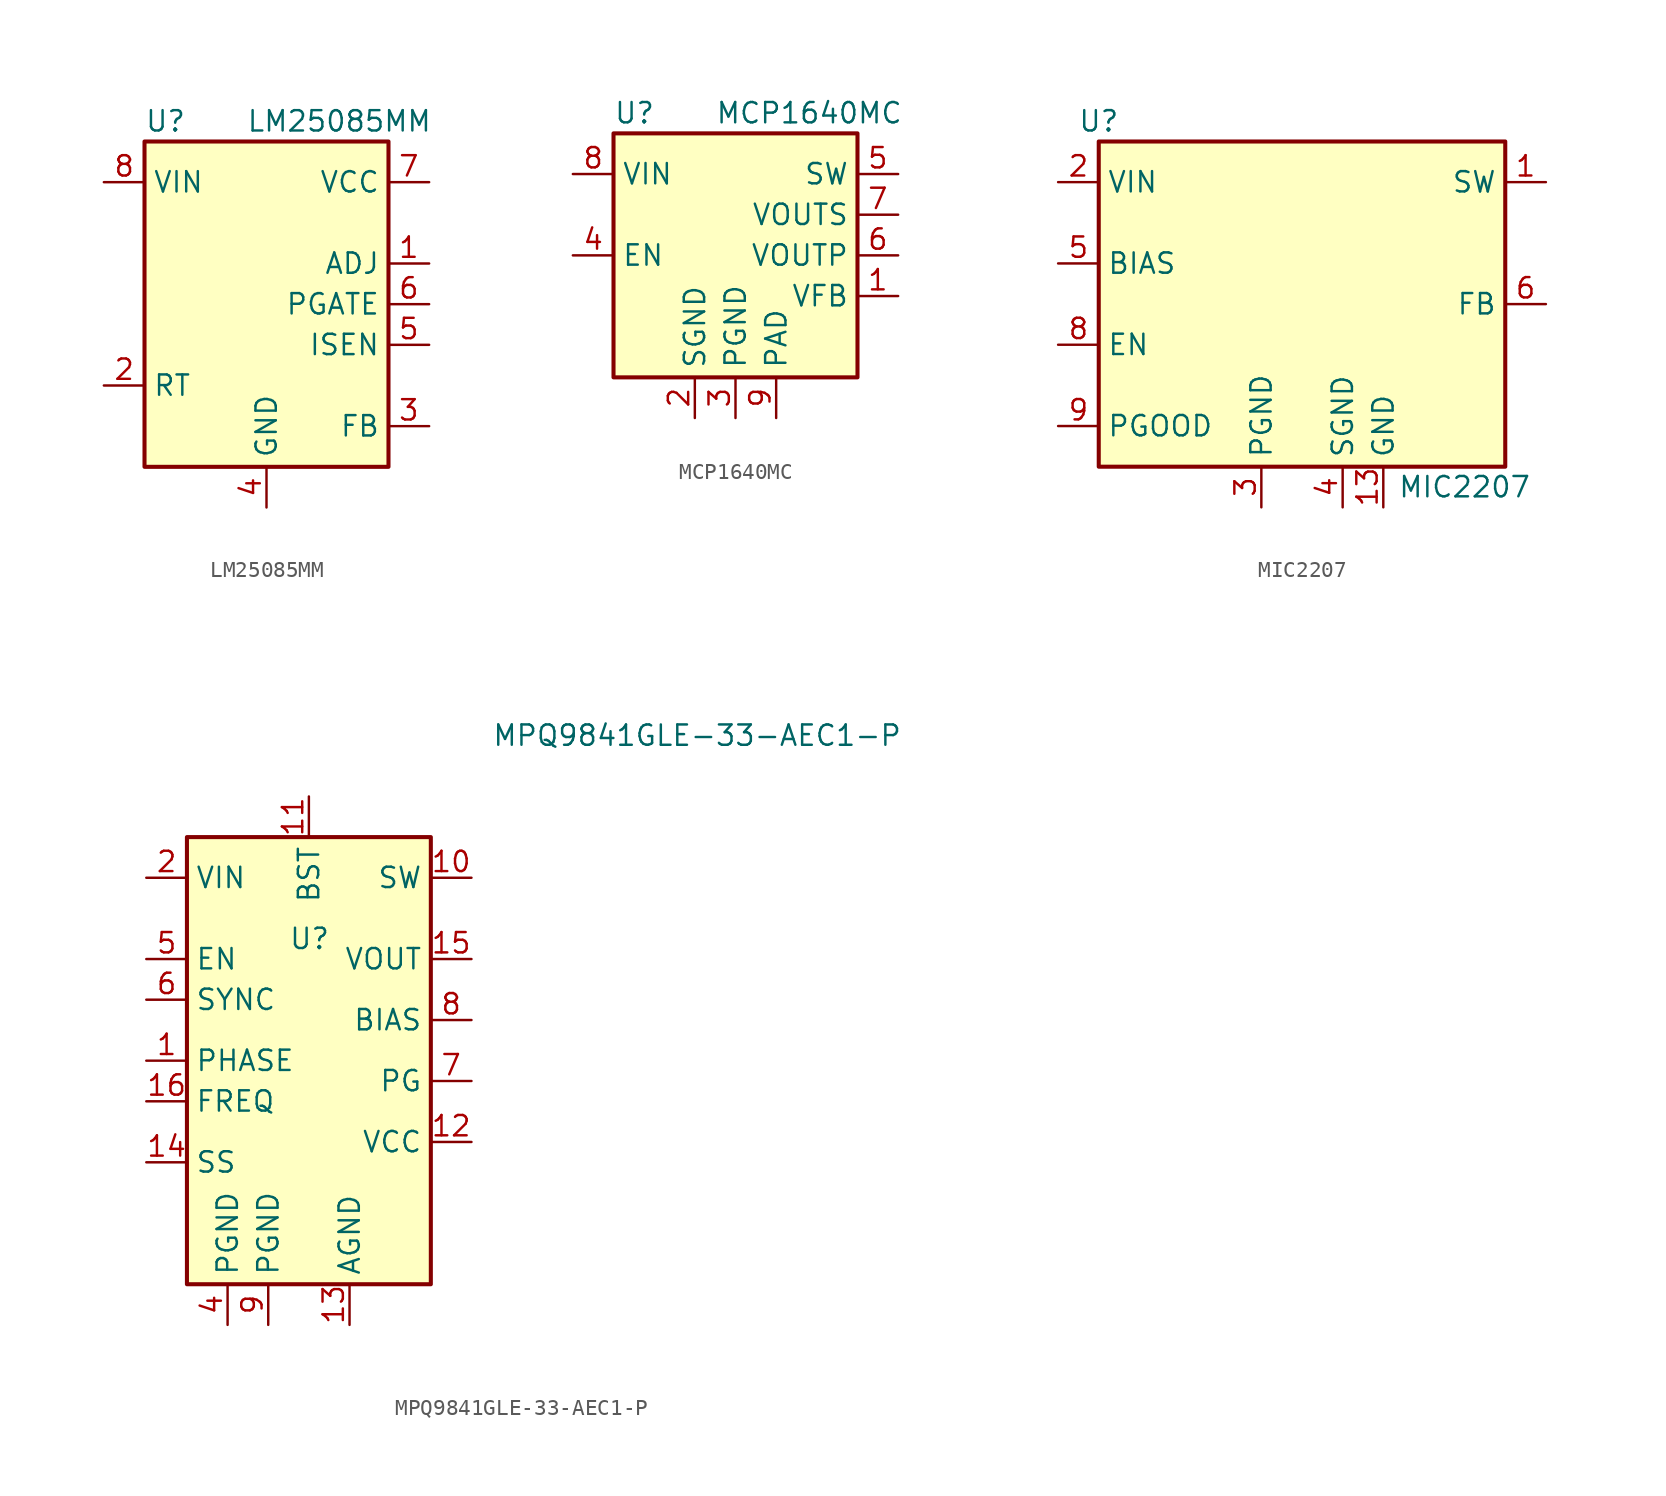
<source format=kicad_sym>
(kicad_symbol_lib
  (version 20211014)
  (generator kicad_symbol_editor)
  (symbol "LM25085MM"
    (property "Reference" "U"
      (at -7.62 11.43 0)
      (effects (font (size 1.27 1.27)) (justify left)))
    (property "Value" "LM25085MM"
      (at -1.27 11.43 0)
      (effects (font (size 1.27 1.27)) (justify left)))
    (symbol "LM25085MM_0_1"
      (rectangle (start -7.62 10.16) (end 7.62 -10.16) (stroke (width 0.254) (type default) (color 0 0 0 0)) (fill (type background))))
    (symbol "LM25085MM_1_1"
      (pin input line (at 10.16 2.54 180) (length 2.54) (name "ADJ" (effects (font (size 1.27 1.27)))) (number "1" (effects (font (size 1.27 1.27)))))
      (pin input line (at -10.16 -5.08 0) (length 2.54) (name "RT" (effects (font (size 1.27 1.27)))) (number "2" (effects (font (size 1.27 1.27)))))
      (pin input line (at 10.16 -7.62 180) (length 2.54) (name "FB" (effects (font (size 1.27 1.27)))) (number "3" (effects (font (size 1.27 1.27)))))
      (pin power_in line (at 0 -12.7 90) (length 2.54) (name "GND" (effects (font (size 1.27 1.27)))) (number "4" (effects (font (size 1.27 1.27)))))
      (pin input line (at 10.16 -2.54 180) (length 2.54) (name "ISEN" (effects (font (size 1.27 1.27)))) (number "5" (effects (font (size 1.27 1.27)))))
      (pin output line (at 10.16 0 180) (length 2.54) (name "PGATE" (effects (font (size 1.27 1.27)))) (number "6" (effects (font (size 1.27 1.27)))))
      (pin power_out line (at 10.16 7.62 180) (length 2.54) (name "VCC" (effects (font (size 1.27 1.27)))) (number "7" (effects (font (size 1.27 1.27)))))
      (pin power_in line (at -10.16 7.62 0) (length 2.54) (name "VIN" (effects (font (size 1.27 1.27)))) (number "8" (effects (font (size 1.27 1.27)))))))
  (symbol "MCP1640MC"
    (property "Reference" "U"
      (at -7.62 6.35 0)
      (effects (font (size 1.27 1.27)) (justify left)))
    (property "Value" "MCP1640MC"
      (at -1.27 6.35 0)
      (effects (font (size 1.27 1.27)) (justify left)))
    (symbol "MCP1640MC_0_1"
      (rectangle (start -7.62 5.08) (end 7.62 -10.16) (stroke (width 0.254) (type default) (color 0 0 0 0)) (fill (type background))))
    (symbol "MCP1640MC_1_1"
      (pin input line (at 10.16 -5.08 180) (length 2.54) (name "VFB" (effects (font (size 1.27 1.27)))) (number "1" (effects (font (size 1.27 1.27)))))
      (pin power_in line (at -2.54 -12.7 90) (length 2.54) (name "SGND" (effects (font (size 1.27 1.27)))) (number "2" (effects (font (size 1.27 1.27)))))
      (pin power_in line (at 0 -12.7 90) (length 2.54) (name "PGND" (effects (font (size 1.27 1.27)))) (number "3" (effects (font (size 1.27 1.27)))))
      (pin input line (at -10.16 -2.54 0) (length 2.54) (name "EN" (effects (font (size 1.27 1.27)))) (number "4" (effects (font (size 1.27 1.27)))))
      (pin input line (at 10.16 2.54 180) (length 2.54) (name "SW" (effects (font (size 1.27 1.27)))) (number "5" (effects (font (size 1.27 1.27)))))
      (pin power_out line (at 10.16 -2.54 180) (length 2.54) (name "VOUTP" (effects (font (size 1.27 1.27)))) (number "6" (effects (font (size 1.27 1.27)))))
      (pin input line (at 10.16 0 180) (length 2.54) (name "VOUTS" (effects (font (size 1.27 1.27)))) (number "7" (effects (font (size 1.27 1.27)))))
      (pin power_in line (at -10.16 2.54 0) (length 2.54) (name "VIN" (effects (font (size 1.27 1.27)))) (number "8" (effects (font (size 1.27 1.27)))))
      (pin passive line (at 2.54 -12.7 90) (length 2.54) (name "PAD" (effects (font (size 1.27 1.27)))) (number "9" (effects (font (size 1.27 1.27)))))))
  (symbol "MIC2207"
    (property "Reference" "U"
      (at -12.7 11.43 0)
      (effects (font (size 1.27 1.27))))
    (property "Value" "MIC2207"
      (at 10.16 -11.43 0)
      (effects (font (size 1.27 1.27))))
    (symbol "MIC2207_0_1"
      (rectangle (start -12.7 10.16) (end 12.7 -10.16) (stroke (width 0.254) (type default) (color 0 0 0 0)) (fill (type background))))
    (symbol "MIC2207_1_1"
      (pin power_out line (at 15.24 7.62 180) (length 2.54) (name "SW" (effects (font (size 1.27 1.27)))) (number "1" (effects (font (size 1.27 1.27)))))
      (pin passive line (at -2.54 -12.7 90) (length 2.54) hide (name "PGND" (effects (font (size 1.27 1.27)))) (number "10" (effects (font (size 1.27 1.27)))))
      (pin passive line (at -15.24 7.62 0) (length 2.54) hide (name "VIN" (effects (font (size 1.27 1.27)))) (number "11" (effects (font (size 1.27 1.27)))))
      (pin passive line (at 15.24 7.62 180) (length 2.54) hide (name "SW" (effects (font (size 1.27 1.27)))) (number "12" (effects (font (size 1.27 1.27)))))
      (pin power_in line (at 5.08 -12.7 90) (length 2.54) (name "GND" (effects (font (size 1.27 1.27)))) (number "13" (effects (font (size 1.27 1.27)))))
      (pin power_in line (at -15.24 7.62 0) (length 2.54) (name "VIN" (effects (font (size 1.27 1.27)))) (number "2" (effects (font (size 1.27 1.27)))))
      (pin power_in line (at -2.54 -12.7 90) (length 2.54) (name "PGND" (effects (font (size 1.27 1.27)))) (number "3" (effects (font (size 1.27 1.27)))))
      (pin power_in line (at 2.54 -12.7 90) (length 2.54) (name "SGND" (effects (font (size 1.27 1.27)))) (number "4" (effects (font (size 1.27 1.27)))))
      (pin passive line (at -15.24 2.54 0) (length 2.54) (name "BIAS" (effects (font (size 1.27 1.27)))) (number "5" (effects (font (size 1.27 1.27)))))
      (pin input line (at 15.24 0 180) (length 2.54) (name "FB" (effects (font (size 1.27 1.27)))) (number "6" (effects (font (size 1.27 1.27)))))
      (pin no_connect line (at 12.7 -2.54 180) (length 2.54) hide (name "NC" (effects (font (size 1.27 1.27)))) (number "7" (effects (font (size 1.27 1.27)))))
      (pin input line (at -15.24 -2.54 0) (length 2.54) (name "EN" (effects (font (size 1.27 1.27)))) (number "8" (effects (font (size 1.27 1.27)))))
      (pin open_collector line (at -15.24 -7.62 0) (length 2.54) (name "PGOOD" (effects (font (size 1.27 1.27)))) (number "9" (effects (font (size 1.27 1.27)))))))
  (symbol "MPQ9841GLE-33-AEC1-P"
    (property "Reference" "U"
      (at -1.27 11.43 0)
      (effects (font (size 1.27 1.27)) (justify left)))
    (property "Value" "MPQ9841GLE-33-AEC1-P"
      (at 11.43 24.13 0)
      (effects (font (size 1.27 1.27)) (justify left)))
    (symbol "MPQ9841GLE-33-AEC1-P_0_0"
      (rectangle (start -7.62 17.78) (end 7.62 -10.16) (stroke (width 0.254) (type default) (color 0 0 0 0)) (fill (type background))))
    (symbol "MPQ9841GLE-33-AEC1-P_1_1"
      (pin passive line (at -10.16 3.81 0) (length 2.54) (name "PHASE" (effects (font (size 1.27 1.27)))) (number "1" (effects (font (size 1.27 1.27)))))
      (pin output line (at 10.16 15.24 180) (length 2.54) (name "SW" (effects (font (size 1.27 1.27)))) (number "10" (effects (font (size 1.27 1.27)))))
      (pin passive line (at 0 20.32 270) (length 2.54) (name "BST" (effects (font (size 1.27 1.27)))) (number "11" (effects (font (size 1.27 1.27)))))
      (pin power_in line (at 10.16 -1.27 180) (length 2.54) (name "VCC" (effects (font (size 1.27 1.27)))) (number "12" (effects (font (size 1.27 1.27)))))
      (pin power_in line (at 2.54 -12.7 90) (length 2.54) (name "AGND" (effects (font (size 1.27 1.27)))) (number "13" (effects (font (size 1.27 1.27)))))
      (pin passive line (at -10.16 -2.54 0) (length 2.54) (name "SS" (effects (font (size 1.27 1.27)))) (number "14" (effects (font (size 1.27 1.27)))))
      (pin input line (at 10.16 10.16 180) (length 2.54) (name "VOUT" (effects (font (size 1.27 1.27)))) (number "15" (effects (font (size 1.27 1.27)))))
      (pin passive line (at -10.16 1.27 0) (length 2.54) (name "FREQ" (effects (font (size 1.27 1.27)))) (number "16" (effects (font (size 1.27 1.27)))))
      (pin input line (at -10.16 15.24 0) (length 2.54) (name "VIN" (effects (font (size 1.27 1.27)))) (number "2" (effects (font (size 1.27 1.27)))))
      (pin power_in line (at -5.08 -12.7 90) (length 2.54) (name "PGND" (effects (font (size 1.27 1.27)))) (number "4" (effects (font (size 1.27 1.27)))))
      (pin passive line (at -10.16 10.16 0) (length 2.54) (name "EN" (effects (font (size 1.27 1.27)))) (number "5" (effects (font (size 1.27 1.27)))))
      (pin passive line (at -10.16 7.62 0) (length 2.54) (name "SYNC" (effects (font (size 1.27 1.27)))) (number "6" (effects (font (size 1.27 1.27)))))
      (pin input line (at 10.16 2.54 180) (length 2.54) (name "PG" (effects (font (size 1.27 1.27)))) (number "7" (effects (font (size 1.27 1.27)))))
      (pin input line (at 10.16 6.35 180) (length 2.54) (name "BIAS" (effects (font (size 1.27 1.27)))) (number "8" (effects (font (size 1.27 1.27)))))
      (pin power_in line (at -2.54 -12.7 90) (length 2.54) (name "PGND" (effects (font (size 1.27 1.27)))) (number "9" (effects (font (size 1.27 1.27))))))))
</source>
